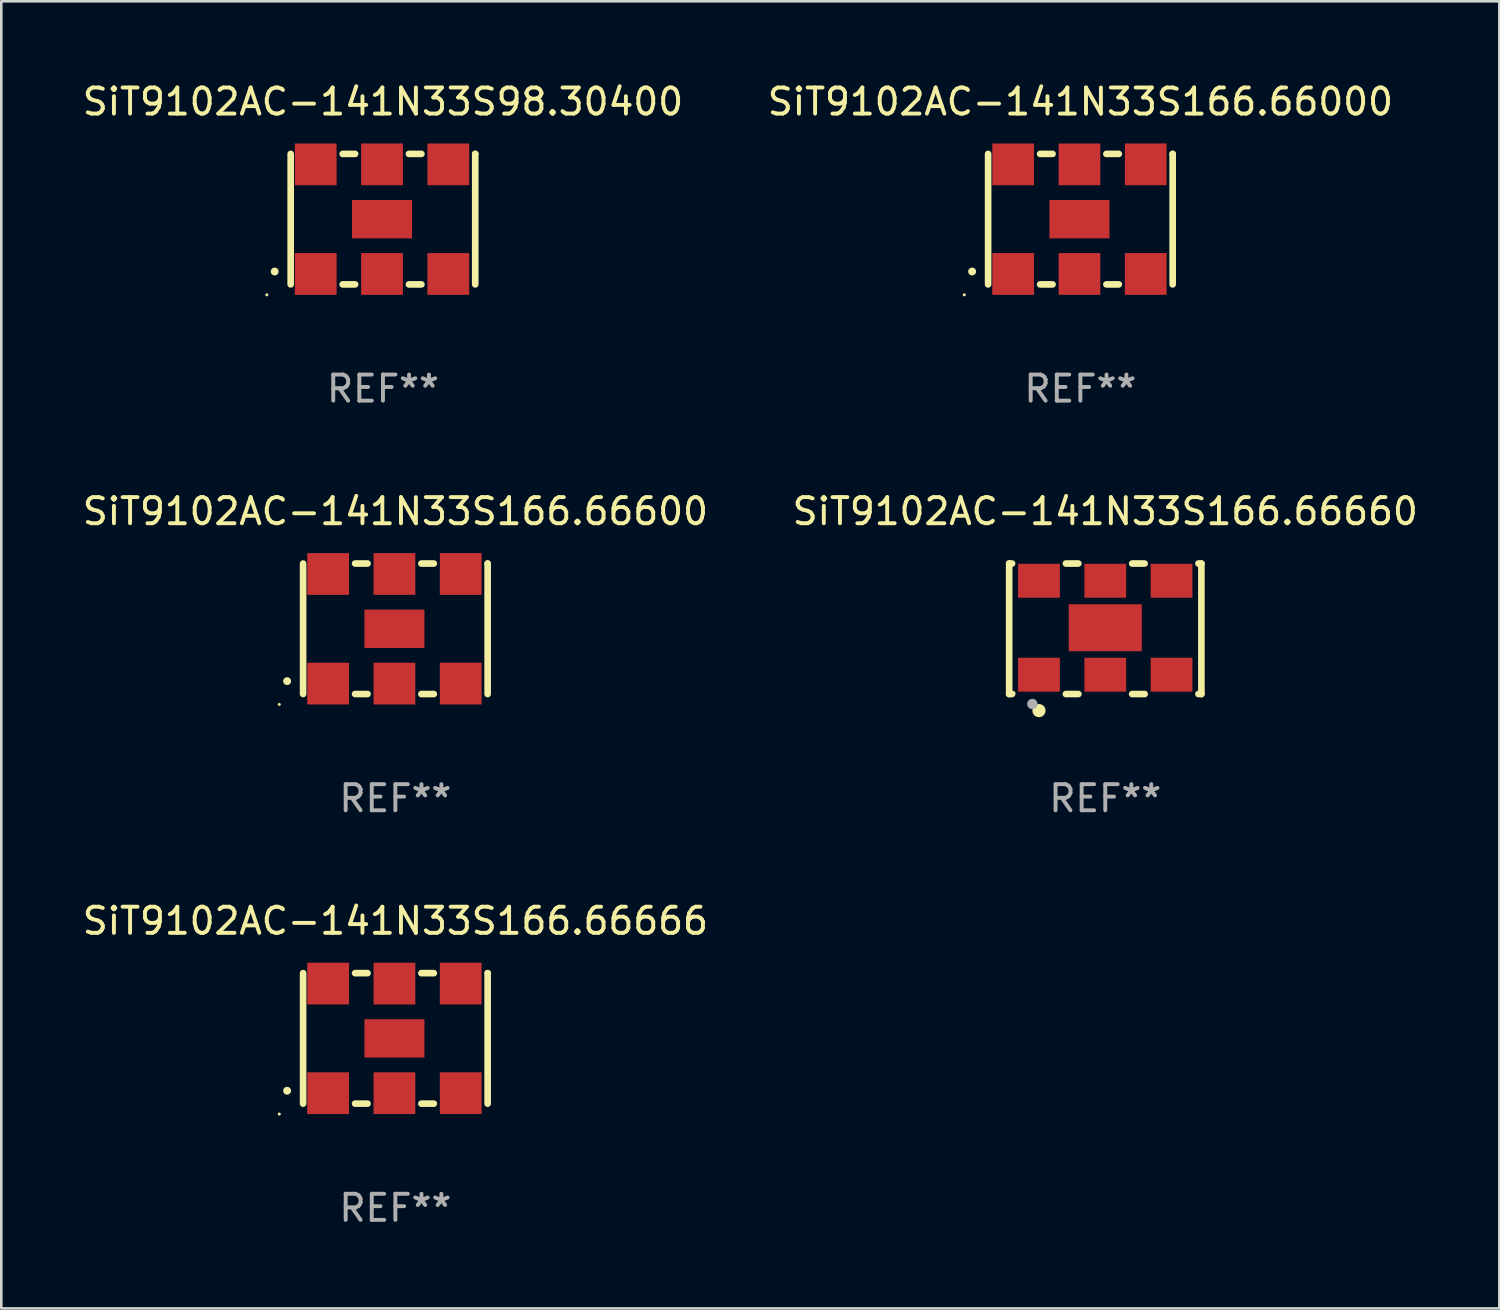
<source format=kicad_pcb>
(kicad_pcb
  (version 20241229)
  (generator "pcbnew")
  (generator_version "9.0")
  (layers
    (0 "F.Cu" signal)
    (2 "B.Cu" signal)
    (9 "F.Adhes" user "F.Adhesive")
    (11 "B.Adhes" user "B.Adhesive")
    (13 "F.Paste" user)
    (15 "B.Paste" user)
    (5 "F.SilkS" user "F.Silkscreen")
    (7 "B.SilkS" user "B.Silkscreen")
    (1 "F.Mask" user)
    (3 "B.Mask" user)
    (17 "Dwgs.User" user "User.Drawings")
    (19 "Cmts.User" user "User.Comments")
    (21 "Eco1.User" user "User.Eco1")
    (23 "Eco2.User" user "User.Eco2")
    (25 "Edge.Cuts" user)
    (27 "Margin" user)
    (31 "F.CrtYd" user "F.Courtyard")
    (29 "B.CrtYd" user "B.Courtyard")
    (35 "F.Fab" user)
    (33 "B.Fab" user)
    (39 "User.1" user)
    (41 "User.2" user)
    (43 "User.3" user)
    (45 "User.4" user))
  (footprint "SiT9102AC-141N33S166.66666"
    (layer "F.Cu")
    (at 12.101 36.741)
    (property "Reference" "SiT9102AC-141N33S166.66666" (at 0 -4.5 0) (layer "F.SilkS") (effects (font (size 1 1) (thickness 0.15))))
    (attr through_hole)
    (fp_line (start -3.536 -2.5) (end -3.536 2.5) (stroke (width 0.254) (type solid)) (layer "F.SilkS"))
    (fp_line (start -1.544 2.5) (end -1.067 2.5) (stroke (width 0.254) (type solid)) (layer "F.SilkS"))
    (fp_line (start -1.067 -2.5) (end -1.544 -2.5) (stroke (width 0.254) (type solid)) (layer "F.SilkS"))
    (fp_line (start 0.996 2.5) (end 1.473 2.5) (stroke (width 0.254) (type solid)) (layer "F.SilkS"))
    (fp_line (start 1.473 -2.5) (end 0.996 -2.5) (stroke (width 0.254) (type solid)) (layer "F.SilkS"))
    (fp_line (start 3.536 -2.5) (end 3.536 -2.5) (stroke (width 0.254) (type solid)) (layer "F.SilkS"))
    (fp_line (start 3.536 2.5) (end 3.536 -2.5) (stroke (width 0.254) (type solid)) (layer "F.SilkS"))
    (fp_arc (start -4.150432 2.006604) (mid -4.149162 2.006599) (end -4.147892 2.006604) (stroke (width 0.3) (type solid)) (layer "F.SilkS"))
    (fp_circle (center -4.449 2.9) (end -4.419 2.9) (stroke (width 0.06) (type solid)) (fill no) (layer "F.SilkS"))
    (fp_text user "REF**" (at 0 6.5 0) (layer "F.Fab") (effects (font (size 1 1) (thickness 0.15))))
    (pad "1" smd rect (at -2.576 2.1) (size 1.6 1.6) (layers "F.Cu" "F.Mask" "F.Paste"))
    (pad "2" smd rect (at -0.036 2.1) (size 1.6 1.6) (layers "F.Cu" "F.Mask" "F.Paste"))
    (pad "3" smd rect (at 2.504 2.1) (size 1.6 1.6) (layers "F.Cu" "F.Mask" "F.Paste"))
    (pad "4" smd rect (at 2.504 -2.1) (size 1.6 1.6) (layers "F.Cu" "F.Mask" "F.Paste"))
    (pad "5" smd rect (at -0.036 -2.1) (size 1.6 1.6) (layers "F.Cu" "F.Mask" "F.Paste"))
    (pad "6" smd rect (at -2.576 -2.1) (size 1.6 1.6) (layers "F.Cu" "F.Mask" "F.Paste"))
    (pad "7" smd rect (at -0.036 0) (size 2.3 1.47) (layers "F.Cu" "F.Mask" "F.Paste")))
  (footprint "SiT9102AC-141N33S98.30400"
    (layer "F.Cu")
    (at 11.625 5.348)
    (property "Reference" "SiT9102AC-141N33S98.30400" (at 0 -4.5 0) (layer "F.SilkS") (effects (font (size 1 1) (thickness 0.15))))
    (attr through_hole)
    (fp_line (start -3.536 -2.5) (end -3.536 2.5) (stroke (width 0.254) (type solid)) (layer "F.SilkS"))
    (fp_line (start -1.544 2.5) (end -1.067 2.5) (stroke (width 0.254) (type solid)) (layer "F.SilkS"))
    (fp_line (start -1.067 -2.5) (end -1.544 -2.5) (stroke (width 0.254) (type solid)) (layer "F.SilkS"))
    (fp_line (start 0.996 2.5) (end 1.473 2.5) (stroke (width 0.254) (type solid)) (layer "F.SilkS"))
    (fp_line (start 1.473 -2.5) (end 0.996 -2.5) (stroke (width 0.254) (type solid)) (layer "F.SilkS"))
    (fp_line (start 3.536 -2.5) (end 3.536 -2.5) (stroke (width 0.254) (type solid)) (layer "F.SilkS"))
    (fp_line (start 3.536 2.5) (end 3.536 -2.5) (stroke (width 0.254) (type solid)) (layer "F.SilkS"))
    (fp_arc (start -4.150432 2.006604) (mid -4.149162 2.006599) (end -4.147892 2.006604) (stroke (width 0.3) (type solid)) (layer "F.SilkS"))
    (fp_circle (center -4.449 2.9) (end -4.419 2.9) (stroke (width 0.06) (type solid)) (fill no) (layer "F.SilkS"))
    (fp_text user "REF**" (at 0 6.5 0) (layer "F.Fab") (effects (font (size 1 1) (thickness 0.15))))
    (pad "1" smd rect (at -2.576 2.1) (size 1.6 1.6) (layers "F.Cu" "F.Mask" "F.Paste"))
    (pad "2" smd rect (at -0.036 2.1) (size 1.6 1.6) (layers "F.Cu" "F.Mask" "F.Paste"))
    (pad "3" smd rect (at 2.504 2.1) (size 1.6 1.6) (layers "F.Cu" "F.Mask" "F.Paste"))
    (pad "4" smd rect (at 2.504 -2.1) (size 1.6 1.6) (layers "F.Cu" "F.Mask" "F.Paste"))
    (pad "5" smd rect (at -0.036 -2.1) (size 1.6 1.6) (layers "F.Cu" "F.Mask" "F.Paste"))
    (pad "6" smd rect (at -2.576 -2.1) (size 1.6 1.6) (layers "F.Cu" "F.Mask" "F.Paste"))
    (pad "7" smd rect (at -0.036 0) (size 2.3 1.47) (layers "F.Cu" "F.Mask" "F.Paste")))
  (footprint "SiT9102AC-141N33S166.66660"
    (layer "F.Cu")
    (at 39.304 21.045)
    (property "Reference" "SiT9102AC-141N33S166.66660" (at 0 -4.5 0) (layer "F.SilkS") (effects (font (size 1 1) (thickness 0.15))))
    (attr through_hole)
    (fp_line (start -3.683 -2.5) (end -3.571 -2.5) (stroke (width 0.254) (type solid)) (layer "F.SilkS"))
    (fp_line (start -3.683 2.5) (end -3.683 -2.5) (stroke (width 0.254) (type solid)) (layer "F.SilkS"))
    (fp_line (start -3.683 2.5) (end -3.571 2.5) (stroke (width 0.254) (type solid)) (layer "F.SilkS"))
    (fp_line (start -1.509 -2.5) (end -1.031 -2.5) (stroke (width 0.254) (type solid)) (layer "F.SilkS"))
    (fp_line (start -1.509 2.5) (end -1.031 2.5) (stroke (width 0.254) (type solid)) (layer "F.SilkS"))
    (fp_line (start 1.031 -2.5) (end 1.509 -2.5) (stroke (width 0.254) (type solid)) (layer "F.SilkS"))
    (fp_line (start 1.031 2.5) (end 1.509 2.5) (stroke (width 0.254) (type solid)) (layer "F.SilkS"))
    (fp_line (start 3.571 -2.5) (end 3.683 -2.5) (stroke (width 0.254) (type solid)) (layer "F.SilkS"))
    (fp_line (start 3.571 2.5) (end 3.683 2.5) (stroke (width 0.254) (type solid)) (layer "F.SilkS"))
    (fp_line (start 3.683 2.5) (end 3.683 -2.5) (stroke (width 0.254) (type solid)) (layer "F.SilkS"))
    (fp_circle (center -3.5 2.46) (end -3.47 2.46) (stroke (width 0.06) (type solid)) (fill no) (layer "F.SilkS"))
    (fp_circle (center -2.54 3.135) (end -2.413 3.135) (stroke (width 0.254) (type solid)) (fill no) (layer "F.SilkS"))
    (fp_circle (center -2.794 2.881) (end -2.694 2.881) (stroke (width 0.2) (type solid)) (fill no) (layer "F.Fab"))
    (fp_text user "REF**" (at 0 6.5 0) (layer "F.Fab") (effects (font (size 1 1) (thickness 0.15))))
    (pad "1" smd rect (at -2.54 1.76) (size 1.6 1.3) (layers "F.Cu" "F.Mask" "F.Paste"))
    (pad "2" smd rect (at 0 1.76) (size 1.6 1.3) (layers "F.Cu" "F.Mask" "F.Paste"))
    (pad "3" smd rect (at 2.54 1.76) (size 1.6 1.3) (layers "F.Cu" "F.Mask" "F.Paste"))
    (pad "4" smd rect (at 2.54 -1.84) (size 1.6 1.3) (layers "F.Cu" "F.Mask" "F.Paste"))
    (pad "5" smd rect (at 0 -1.84) (size 1.6 1.3) (layers "F.Cu" "F.Mask" "F.Paste"))
    (pad "6" smd rect (at -2.54 -1.84) (size 1.6 1.3) (layers "F.Cu" "F.Mask" "F.Paste"))
    (pad "7" smd rect (at 0 -0.04) (size 2.8 1.8) (layers "F.Cu" "F.Mask" "F.Paste")))
  (footprint "SiT9102AC-141N33S166.66600"
    (layer "F.Cu")
    (at 12.101 21.045)
    (property "Reference" "SiT9102AC-141N33S166.66600" (at 0 -4.5 0) (layer "F.SilkS") (effects (font (size 1 1) (thickness 0.15))))
    (attr through_hole)
    (fp_line (start -3.536 -2.5) (end -3.536 2.5) (stroke (width 0.254) (type solid)) (layer "F.SilkS"))
    (fp_line (start -1.544 2.5) (end -1.067 2.5) (stroke (width 0.254) (type solid)) (layer "F.SilkS"))
    (fp_line (start -1.067 -2.5) (end -1.544 -2.5) (stroke (width 0.254) (type solid)) (layer "F.SilkS"))
    (fp_line (start 0.996 2.5) (end 1.473 2.5) (stroke (width 0.254) (type solid)) (layer "F.SilkS"))
    (fp_line (start 1.473 -2.5) (end 0.996 -2.5) (stroke (width 0.254) (type solid)) (layer "F.SilkS"))
    (fp_line (start 3.536 -2.5) (end 3.536 -2.5) (stroke (width 0.254) (type solid)) (layer "F.SilkS"))
    (fp_line (start 3.536 2.5) (end 3.536 -2.5) (stroke (width 0.254) (type solid)) (layer "F.SilkS"))
    (fp_arc (start -4.150432 2.006604) (mid -4.149162 2.006599) (end -4.147892 2.006604) (stroke (width 0.3) (type solid)) (layer "F.SilkS"))
    (fp_circle (center -4.449 2.9) (end -4.419 2.9) (stroke (width 0.06) (type solid)) (fill no) (layer "F.SilkS"))
    (fp_text user "REF**" (at 0 6.5 0) (layer "F.Fab") (effects (font (size 1 1) (thickness 0.15))))
    (pad "1" smd rect (at -2.576 2.1) (size 1.6 1.6) (layers "F.Cu" "F.Mask" "F.Paste"))
    (pad "2" smd rect (at -0.036 2.1) (size 1.6 1.6) (layers "F.Cu" "F.Mask" "F.Paste"))
    (pad "3" smd rect (at 2.504 2.1) (size 1.6 1.6) (layers "F.Cu" "F.Mask" "F.Paste"))
    (pad "4" smd rect (at 2.504 -2.1) (size 1.6 1.6) (layers "F.Cu" "F.Mask" "F.Paste"))
    (pad "5" smd rect (at -0.036 -2.1) (size 1.6 1.6) (layers "F.Cu" "F.Mask" "F.Paste"))
    (pad "6" smd rect (at -2.576 -2.1) (size 1.6 1.6) (layers "F.Cu" "F.Mask" "F.Paste"))
    (pad "7" smd rect (at -0.036 0) (size 2.3 1.47) (layers "F.Cu" "F.Mask" "F.Paste")))
  (footprint "SiT9102AC-141N33S166.66000"
    (layer "F.Cu")
    (at 38.351 5.348)
    (property "Reference" "SiT9102AC-141N33S166.66000" (at 0 -4.5 0) (layer "F.SilkS") (effects (font (size 1 1) (thickness 0.15))))
    (attr through_hole)
    (fp_line (start -3.536 -2.5) (end -3.536 2.5) (stroke (width 0.254) (type solid)) (layer "F.SilkS"))
    (fp_line (start -1.544 2.5) (end -1.067 2.5) (stroke (width 0.254) (type solid)) (layer "F.SilkS"))
    (fp_line (start -1.067 -2.5) (end -1.544 -2.5) (stroke (width 0.254) (type solid)) (layer "F.SilkS"))
    (fp_line (start 0.996 2.5) (end 1.473 2.5) (stroke (width 0.254) (type solid)) (layer "F.SilkS"))
    (fp_line (start 1.473 -2.5) (end 0.996 -2.5) (stroke (width 0.254) (type solid)) (layer "F.SilkS"))
    (fp_line (start 3.536 -2.5) (end 3.536 -2.5) (stroke (width 0.254) (type solid)) (layer "F.SilkS"))
    (fp_line (start 3.536 2.5) (end 3.536 -2.5) (stroke (width 0.254) (type solid)) (layer "F.SilkS"))
    (fp_arc (start -4.150432 2.006604) (mid -4.149162 2.006599) (end -4.147892 2.006604) (stroke (width 0.3) (type solid)) (layer "F.SilkS"))
    (fp_circle (center -4.449 2.9) (end -4.419 2.9) (stroke (width 0.06) (type solid)) (fill no) (layer "F.SilkS"))
    (fp_text user "REF**" (at 0 6.5 0) (layer "F.Fab") (effects (font (size 1 1) (thickness 0.15))))
    (pad "1" smd rect (at -2.576 2.1) (size 1.6 1.6) (layers "F.Cu" "F.Mask" "F.Paste"))
    (pad "2" smd rect (at -0.036 2.1) (size 1.6 1.6) (layers "F.Cu" "F.Mask" "F.Paste"))
    (pad "3" smd rect (at 2.504 2.1) (size 1.6 1.6) (layers "F.Cu" "F.Mask" "F.Paste"))
    (pad "4" smd rect (at 2.504 -2.1) (size 1.6 1.6) (layers "F.Cu" "F.Mask" "F.Paste"))
    (pad "5" smd rect (at -0.036 -2.1) (size 1.6 1.6) (layers "F.Cu" "F.Mask" "F.Paste"))
    (pad "6" smd rect (at -2.576 -2.1) (size 1.6 1.6) (layers "F.Cu" "F.Mask" "F.Paste"))
    (pad "7" smd rect (at -0.036 0) (size 2.3 1.47) (layers "F.Cu" "F.Mask" "F.Paste")))
  (gr_rect
    (start -3 -3)
    (end 54.405 47.09)
    (stroke (width 0.1) (type default))
    (fill no)
    (layer "Edge.Cuts")))
</source>
